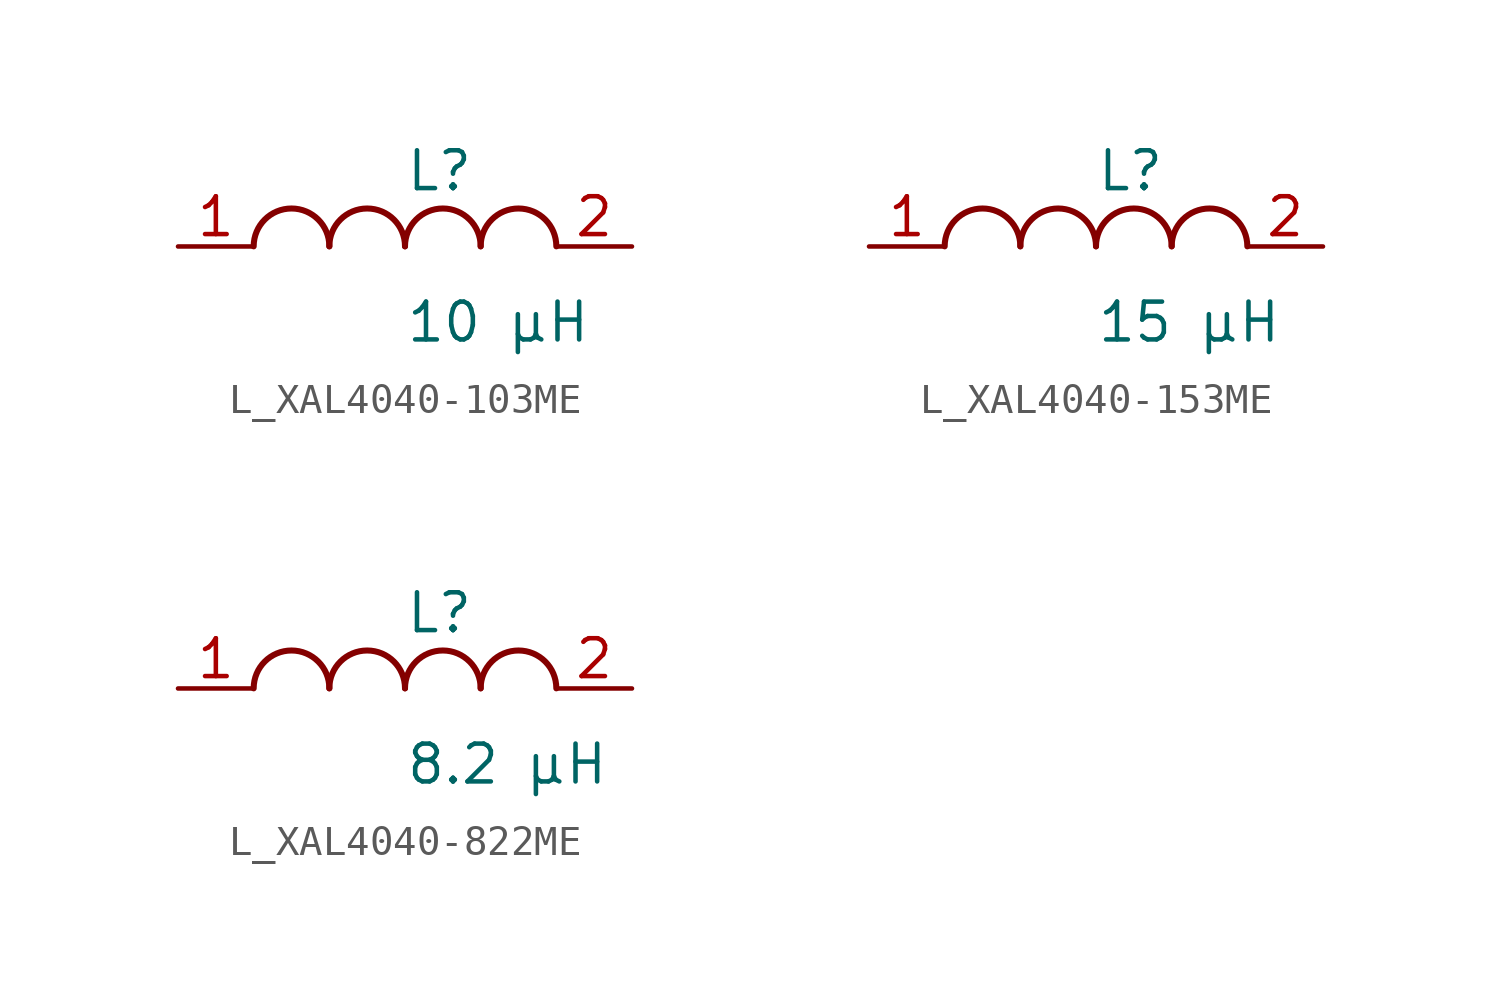
<source format=kicad_sym>
(kicad_symbol_lib
  (version 20231120)
  (generator "kicad_symbol_editor")
  (generator_version "8.0")
  (symbol "L_XAL4040-103ME"
    (pin_names
      (offset 0.254))
    (property "Value" "10 µH"
      (at 0 -2.54 0)
      (effects (font (size 1.27 1.27)) (justify left)))
    (property "Reference" "L"
      (at 0 2.54 0)
      (effects (font (size 1.27 1.27)) (justify left)))
    (symbol "L_XAL4040-103ME_1_1"
      (arc (start -2.54 0.0056) (mid -3.81 1.27) (end -5.08 0.0056) (stroke (width 0.2032) (type default)) (fill (type none)))
      (arc (start 0 0.0056) (mid -1.27 1.27) (end -2.54 0.0056) (stroke (width 0.2032) (type default)) (fill (type none)))
      (arc (start 2.54 0.0056) (mid 1.27 1.27) (end 0 0.0056) (stroke (width 0.2032) (type default)) (fill (type none)))
      (arc (start 5.08 0.0056) (mid 3.81 1.27) (end 2.54 0.0056) (stroke (width 0.2032) (type default)) (fill (type none)))
      (pin unspecified line (at -7.62 0 0) (length 2.54) (name "" (effects (font (size 1.27 1.27)))) (number "1" (effects (font (size 1.27 1.27)))))
      (pin unspecified line (at 7.62 0 180) (length 2.54) (name "" (effects (font (size 1.27 1.27)))) (number "2" (effects (font (size 1.27 1.27)))))))
  (symbol "L_XAL4040-153ME"
    (pin_names
      (offset 0.254))
    (property "Value" "15 µH"
      (at 0 -2.54 0)
      (effects (font (size 1.27 1.27)) (justify left)))
    (property "Reference" "L"
      (at 0 2.54 0)
      (effects (font (size 1.27 1.27)) (justify left)))
    (symbol "L_XAL4040-153ME_1_1"
      (arc (start -2.54 0.0056) (mid -3.81 1.27) (end -5.08 0.0056) (stroke (width 0.2032) (type default)) (fill (type none)))
      (arc (start 0 0.0056) (mid -1.27 1.27) (end -2.54 0.0056) (stroke (width 0.2032) (type default)) (fill (type none)))
      (arc (start 2.54 0.0056) (mid 1.27 1.27) (end 0 0.0056) (stroke (width 0.2032) (type default)) (fill (type none)))
      (arc (start 5.08 0.0056) (mid 3.81 1.27) (end 2.54 0.0056) (stroke (width 0.2032) (type default)) (fill (type none)))
      (pin unspecified line (at -7.62 0 0) (length 2.54) (name "" (effects (font (size 1.27 1.27)))) (number "1" (effects (font (size 1.27 1.27)))))
      (pin unspecified line (at 7.62 0 180) (length 2.54) (name "" (effects (font (size 1.27 1.27)))) (number "2" (effects (font (size 1.27 1.27)))))))
  (symbol "L_XAL4040-822ME"
    (pin_names
      (offset 0.254))
    (property "Value" "8.2 µH"
      (at 0 -2.54 0)
      (effects (font (size 1.27 1.27)) (justify left)))
    (property "Reference" "L"
      (at 0 2.54 0)
      (effects (font (size 1.27 1.27)) (justify left)))
    (symbol "L_XAL4040-822ME_1_1"
      (arc (start -2.54 0.0056) (mid -3.81 1.27) (end -5.08 0.0056) (stroke (width 0.2032) (type default)) (fill (type none)))
      (arc (start 0 0.0056) (mid -1.27 1.27) (end -2.54 0.0056) (stroke (width 0.2032) (type default)) (fill (type none)))
      (arc (start 2.54 0.0056) (mid 1.27 1.27) (end 0 0.0056) (stroke (width 0.2032) (type default)) (fill (type none)))
      (arc (start 5.08 0.0056) (mid 3.81 1.27) (end 2.54 0.0056) (stroke (width 0.2032) (type default)) (fill (type none)))
      (pin unspecified line (at -7.62 0 0) (length 2.54) (name "" (effects (font (size 1.27 1.27)))) (number "1" (effects (font (size 1.27 1.27)))))
      (pin unspecified line (at 7.62 0 180) (length 2.54) (name "" (effects (font (size 1.27 1.27)))) (number "2" (effects (font (size 1.27 1.27))))))))
</source>
